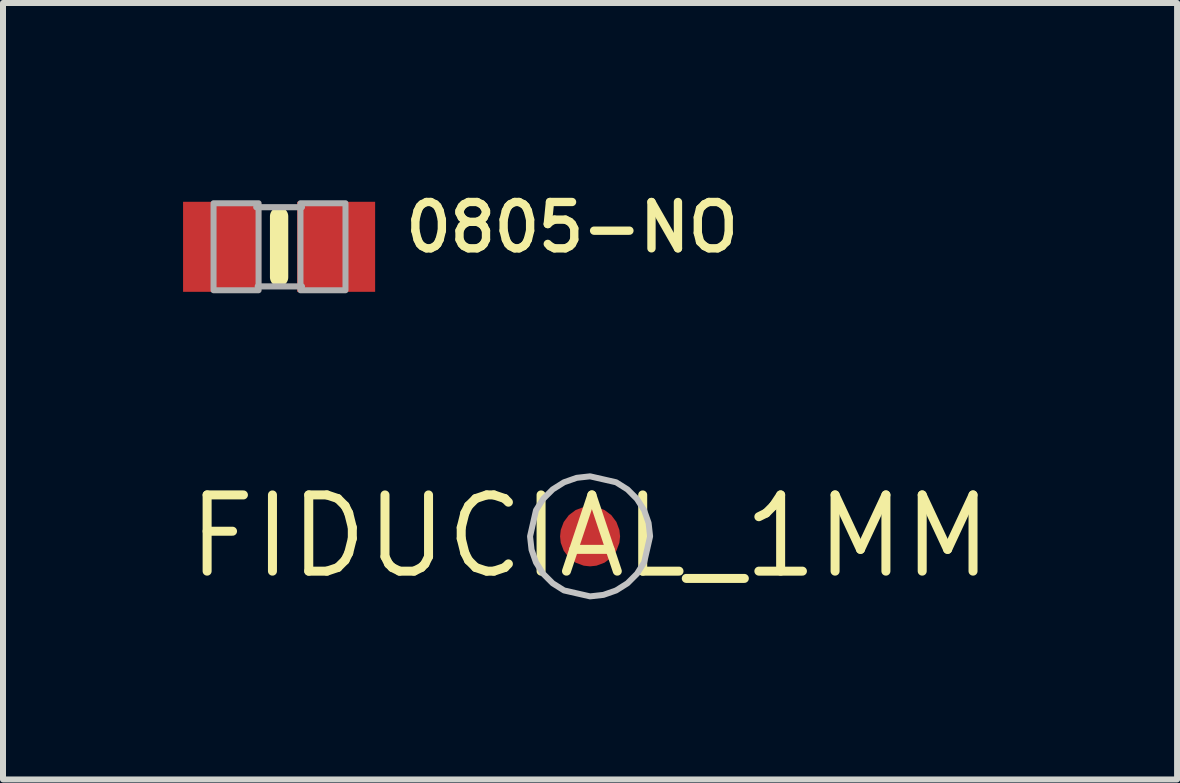
<source format=kicad_pcb>
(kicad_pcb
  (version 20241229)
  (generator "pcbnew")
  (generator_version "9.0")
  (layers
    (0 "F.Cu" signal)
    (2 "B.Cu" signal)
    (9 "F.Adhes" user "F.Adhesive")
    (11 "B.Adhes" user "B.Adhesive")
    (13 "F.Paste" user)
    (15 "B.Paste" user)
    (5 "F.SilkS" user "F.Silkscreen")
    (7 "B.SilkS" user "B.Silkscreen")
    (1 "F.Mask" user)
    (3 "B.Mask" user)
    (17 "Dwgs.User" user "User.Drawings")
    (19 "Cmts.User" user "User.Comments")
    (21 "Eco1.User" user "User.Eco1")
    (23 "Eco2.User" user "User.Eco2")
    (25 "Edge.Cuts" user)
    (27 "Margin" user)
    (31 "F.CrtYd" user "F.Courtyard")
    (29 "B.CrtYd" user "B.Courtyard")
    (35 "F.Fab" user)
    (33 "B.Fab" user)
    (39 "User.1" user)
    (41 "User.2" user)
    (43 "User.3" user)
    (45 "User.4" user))
  (footprint "0805-NO"
    (layer "F.Cu")
    (at 1.6 1.062)
    (property "Reference" "0805-NO" (at 2.032 0.127 180) (layer "F.SilkS") (effects (font (size 0.772 0.772) (thickness 0.139)) (justify left bottom)))
    (attr through_hole)
    (fp_line (start 0 -0.508) (end 0 0.508) (stroke (width 0.305) (type solid)) (layer "F.SilkS"))
    (fp_line (start -0.381 -0.66) (end 0.381 -0.66) (stroke (width 0.102) (type solid)) (layer "F.Fab"))
    (fp_line (start -0.356 0.66) (end 0.381 0.66) (stroke (width 0.102) (type solid)) (layer "F.Fab"))
    (fp_poly (pts (xy -1.092 0.724) (xy -0.342 0.724) (xy -0.342 -0.726) (xy -1.092 -0.726)) (stroke (width 0.1) (type solid)) (fill no) (layer "F.Fab"))
    (fp_poly (pts (xy 0.356 0.724) (xy 1.106 0.724) (xy 1.106 -0.726) (xy 0.356 -0.726)) (stroke (width 0.1) (type solid)) (fill no) (layer "F.Fab"))
    (pad "1" smd rect (at -0.95 0) (size 1.3 1.5) (layers "F.Cu" "F.Mask" "F.Paste"))
    (pad "2" smd rect (at 0.95 0) (size 1.3 1.5) (layers "F.Cu" "F.Mask" "F.Paste")))
  (footprint "FIDUCIAL_1MM"
    (layer "F.Cu")
    (at 6.781 5.886)
    (property "Reference" "FIDUCIAL_1MM" (at 0 0 0) (layer "F.SilkS") (effects (font (size 1.27 1.27) (thickness 0.15))))
    (attr through_hole)
    (fp_poly (pts (xy -1 0) (xy -0.975 0.223) (xy -0.901 0.434) (xy -0.782 0.623) (xy -0.623 0.782) (xy -0.434 0.901) (xy 0 1) (xy 0.223 0.975) (xy 0.434 0.901) (xy 0.623 0.782) (xy 0.782 0.623) (xy 0.901 0.434) (xy 1 0) (xy 0.975 -0.223) (xy 0.901 -0.434) (xy 0.782 -0.623) (xy 0.623 -0.782) (xy 0.434 -0.901) (xy 0 -1) (xy -0.223 -0.975) (xy -0.434 -0.901) (xy -0.623 -0.782) (xy -0.782 -0.623) (xy -0.901 -0.434)) (stroke (width 0) (type solid)) (fill yes) (layer "F.Mask"))
    (fp_poly (pts (xy -1 0) (xy -0.975 0.223) (xy -0.901 0.434) (xy -0.782 0.623) (xy -0.623 0.782) (xy -0.434 0.901) (xy 0 1) (xy 0.223 0.975) (xy 0.434 0.901) (xy 0.623 0.782) (xy 0.782 0.623) (xy 0.901 0.434) (xy 1 0) (xy 0.975 -0.223) (xy 0.901 -0.434) (xy 0.782 -0.623) (xy 0.623 -0.782) (xy 0.434 -0.901) (xy 0 -1) (xy -0.223 -0.975) (xy -0.434 -0.901) (xy -0.623 -0.782) (xy -0.782 -0.623) (xy -0.901 -0.434)) (stroke (width 0.1) (type solid)) (fill no) (layer "Dwgs.User"))
    (pad "1" smd roundrect (at 0 0) (size 1 1) (layers "F.Cu" "F.Mask") (roundrect_rratio 0.5)))
  (gr_rect
    (start -3 -3)
    (end 16.561 9.936)
    (stroke (width 0.1) (type default))
    (fill no)
    (layer "Edge.Cuts")))
</source>
